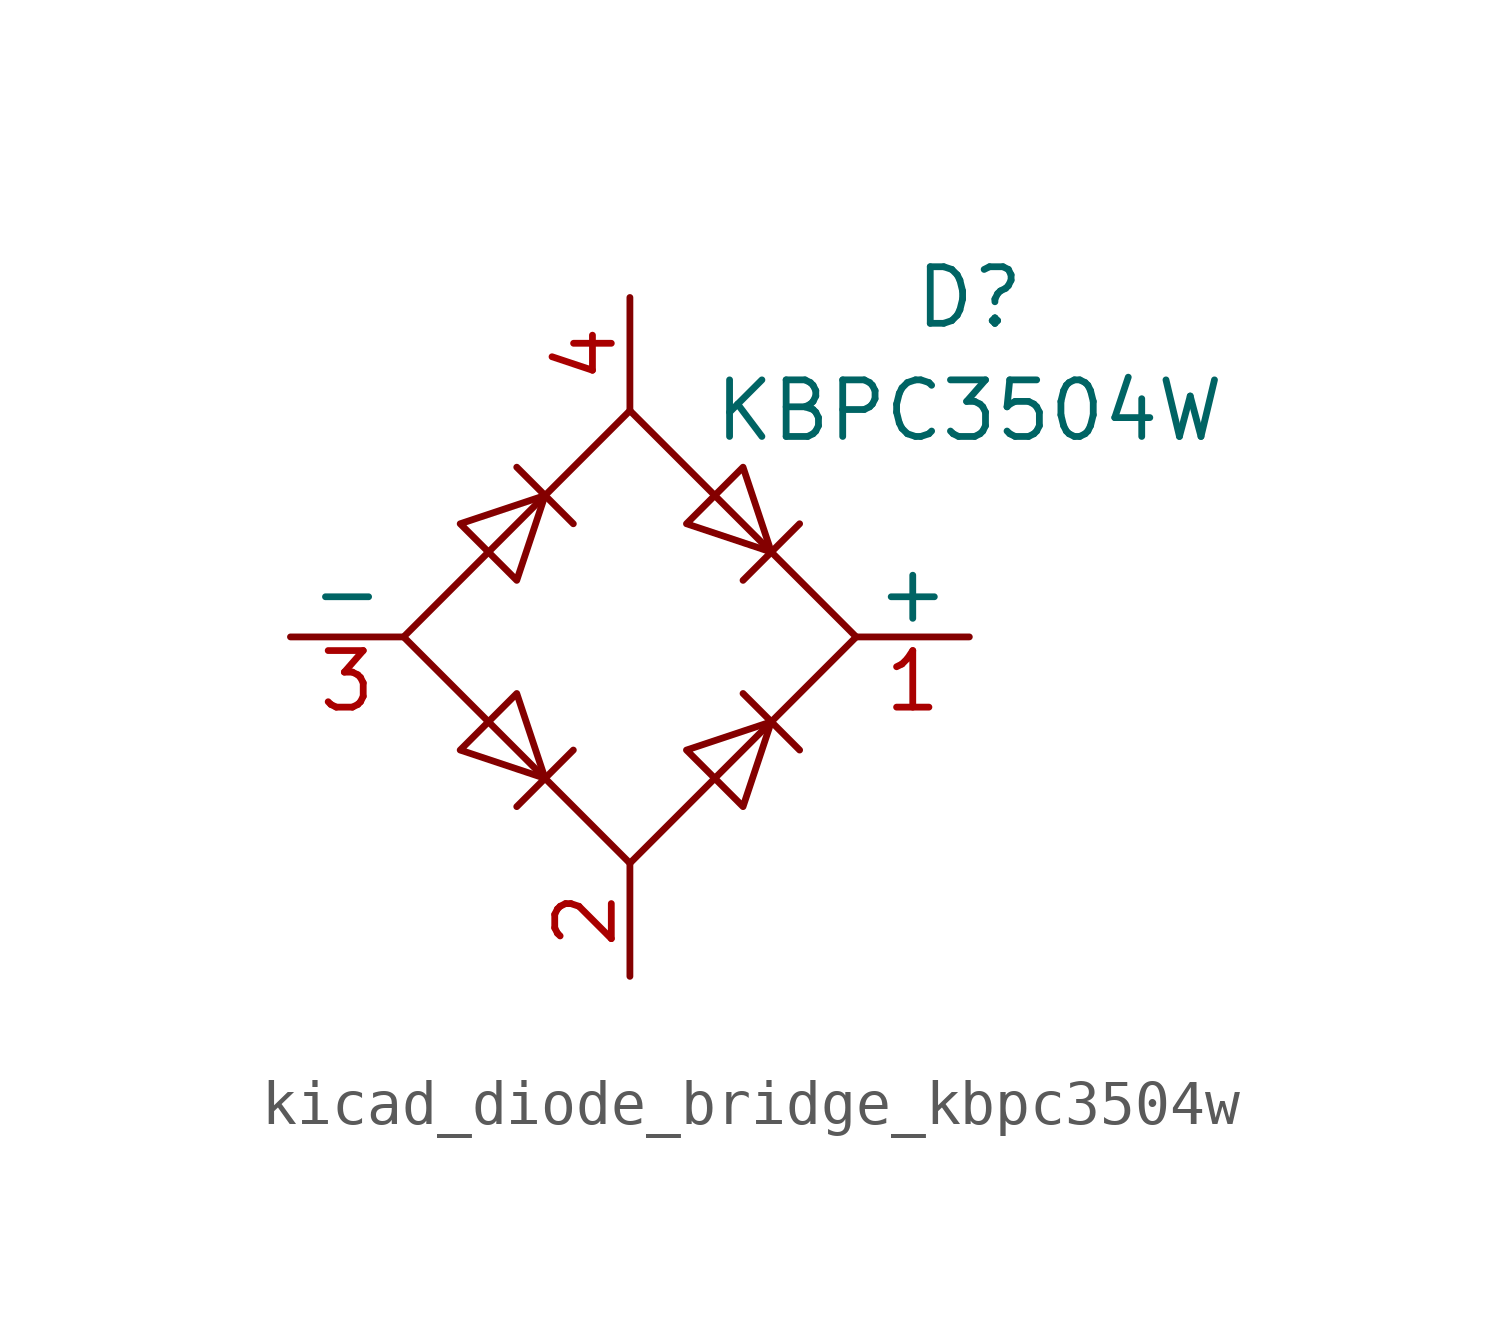
<source format=kicad_sym>
(kicad_symbol_lib
  (version 20220914)
  (generator kicad_symbol_editor)
  (symbol "kicad_diode_bridge_kbpc3504w"
    (pin_names
      (offset 0))
    (property "Reference" "D"
      (at 7.62 7.62 0)
      (effects (font (size 1.27 1.27))))
    (property "Value" "KBPC3504W"
      (at 7.62 5.08 0)
      (effects (font (size 1.27 1.27))))
    (symbol "kicad_diode_bridge_kbpc3504w_0_1"
      (polyline (pts (xy -2.54 3.81) (xy -1.27 2.54)) (stroke (width 0) (type default)) (fill (type none)))
      (polyline (pts (xy -1.27 -2.54) (xy -2.54 -3.81)) (stroke (width 0) (type default)) (fill (type none)))
      (polyline (pts (xy 2.54 -1.27) (xy 3.81 -2.54)) (stroke (width 0) (type default)) (fill (type none)))
      (polyline (pts (xy 2.54 1.27) (xy 3.81 2.54)) (stroke (width 0) (type default)) (fill (type none)))
      (polyline (pts (xy -3.81 2.54) (xy -2.54 1.27) (xy -1.905 3.175) (xy -3.81 2.54)) (stroke (width 0) (type default)) (fill (type none)))
      (polyline (pts (xy -2.54 -1.27) (xy -3.81 -2.54) (xy -1.905 -3.175) (xy -2.54 -1.27)) (stroke (width 0) (type default)) (fill (type none)))
      (polyline (pts (xy 1.27 2.54) (xy 2.54 3.81) (xy 3.175 1.905) (xy 1.27 2.54)) (stroke (width 0) (type default)) (fill (type none)))
      (polyline (pts (xy 3.175 -1.905) (xy 1.27 -2.54) (xy 2.54 -3.81) (xy 3.175 -1.905)) (stroke (width 0) (type default)) (fill (type none)))
      (polyline (pts (xy -5.08 0) (xy 0 -5.08) (xy 5.08 0) (xy 0 5.08) (xy -5.08 0)) (stroke (width 0) (type default)) (fill (type none))))
    (symbol "kicad_diode_bridge_kbpc3504w_1_1"
      (pin passive line (at 7.62 0 180) (length 2.54) (name "+" (effects (font (size 1.27 1.27)))) (number "1" (effects (font (size 1.27 1.27)))))
      (pin passive line (at 0 -7.62 90) (length 2.54) (name "~" (effects (font (size 1.27 1.27)))) (number "2" (effects (font (size 1.27 1.27)))))
      (pin passive line (at -7.62 0 0) (length 2.54) (name "-" (effects (font (size 1.27 1.27)))) (number "3" (effects (font (size 1.27 1.27)))))
      (pin passive line (at 0 7.62 270) (length 2.54) (name "~" (effects (font (size 1.27 1.27)))) (number "4" (effects (font (size 1.27 1.27))))))))
</source>
